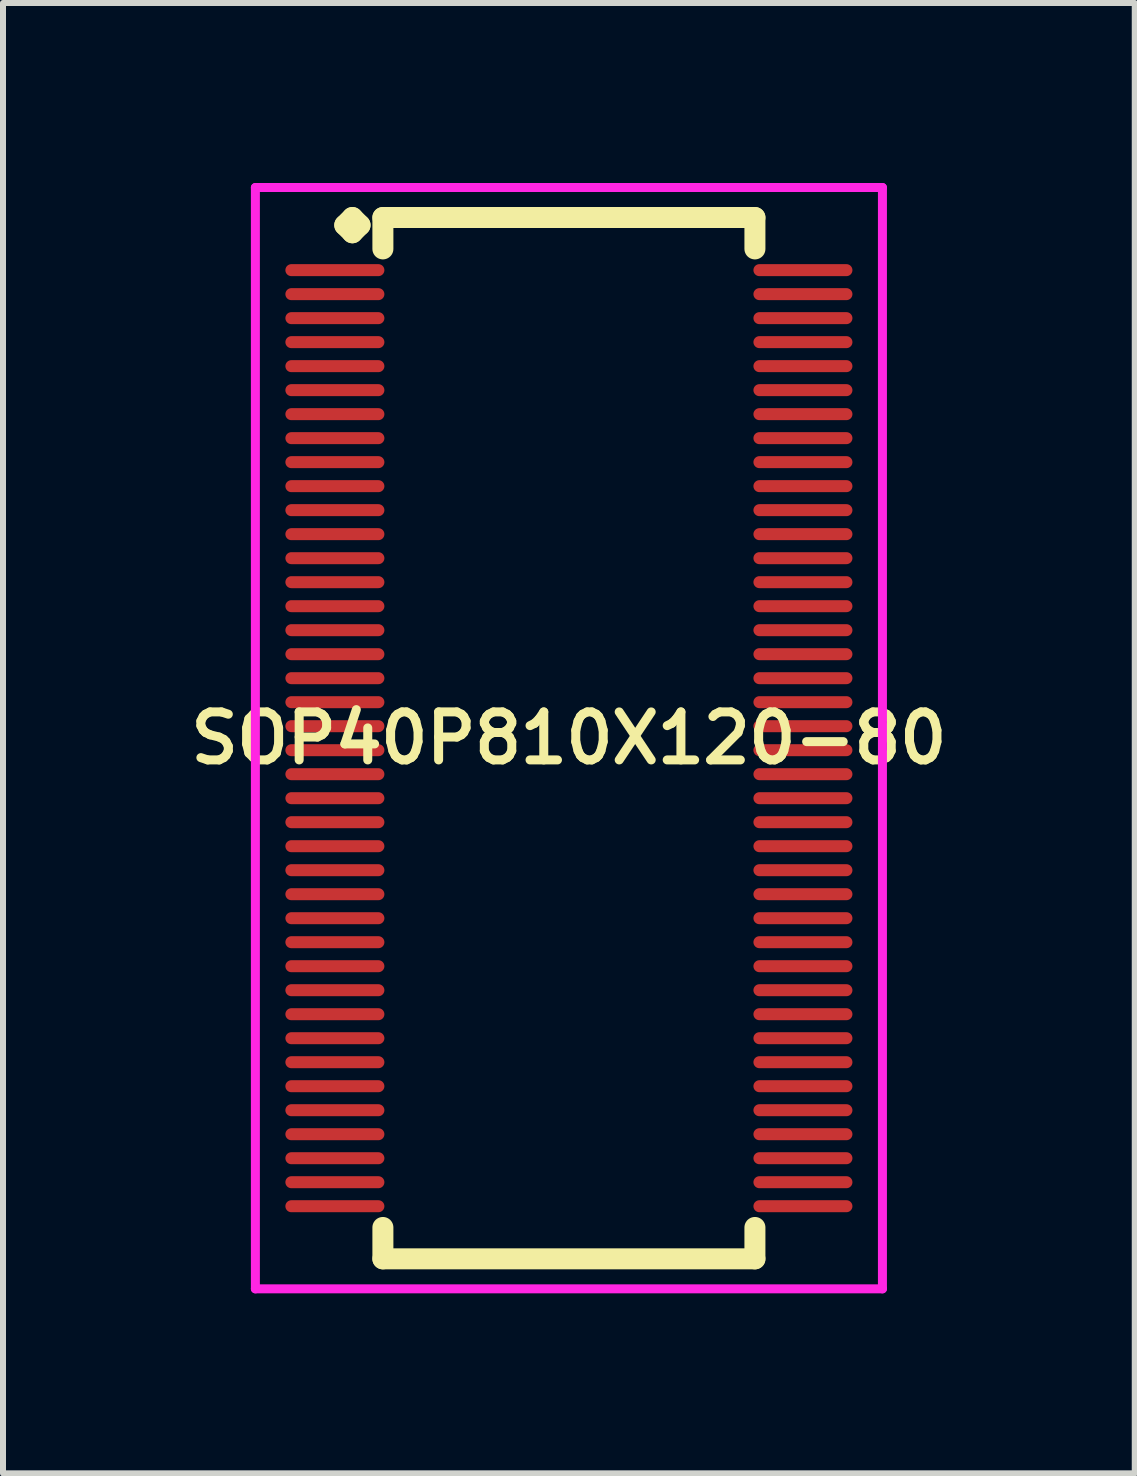
<source format=kicad_pcb>
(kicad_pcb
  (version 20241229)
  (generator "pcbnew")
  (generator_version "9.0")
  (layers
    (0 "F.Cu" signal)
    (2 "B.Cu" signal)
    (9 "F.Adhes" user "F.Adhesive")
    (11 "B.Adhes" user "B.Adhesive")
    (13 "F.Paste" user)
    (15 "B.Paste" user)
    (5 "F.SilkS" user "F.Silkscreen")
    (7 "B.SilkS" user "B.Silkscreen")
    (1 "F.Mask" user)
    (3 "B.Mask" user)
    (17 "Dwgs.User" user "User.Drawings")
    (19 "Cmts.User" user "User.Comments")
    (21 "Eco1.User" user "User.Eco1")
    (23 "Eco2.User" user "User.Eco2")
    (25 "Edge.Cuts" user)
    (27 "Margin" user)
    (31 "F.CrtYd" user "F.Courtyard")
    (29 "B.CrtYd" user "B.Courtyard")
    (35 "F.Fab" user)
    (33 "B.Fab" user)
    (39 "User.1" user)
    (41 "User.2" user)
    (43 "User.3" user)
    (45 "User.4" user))
  (footprint "SOP40P810X120-80"
    (layer "F.Cu")
    (at 6.431 9.252)
    (property "Reference" "SOP40P810X120-80" (at 0 0 0) (layer "F.SilkS") (effects (font (size 0.8 0.8) (thickness 0.15))))
    (attr smd)
    (fp_line (start -3.735 -8.55) (end -3.608 -8.677) (stroke (width 0.35) (type solid)) (layer "F.SilkS"))
    (fp_line (start -3.608 -8.677) (end -3.481 -8.55) (stroke (width 0.35) (type solid)) (layer "F.SilkS"))
    (fp_line (start -3.608 -8.423) (end -3.735 -8.55) (stroke (width 0.35) (type solid)) (layer "F.SilkS"))
    (fp_line (start -3.481 -8.55) (end -3.608 -8.423) (stroke (width 0.35) (type solid)) (layer "F.SilkS"))
    (fp_line (start -3.1 -8.677) (end 3.1 -8.677) (stroke (width 0.35) (type solid)) (layer "F.SilkS"))
    (fp_line (start -3.1 -8.154) (end -3.1 -8.677) (stroke (width 0.35) (type solid)) (layer "F.SilkS"))
    (fp_line (start -3.1 8.154) (end -3.1 8.677) (stroke (width 0.35) (type solid)) (layer "F.SilkS"))
    (fp_line (start -3.1 8.677) (end 3.1 8.677) (stroke (width 0.35) (type solid)) (layer "F.SilkS"))
    (fp_line (start 3.1 -8.677) (end 3.1 -8.154) (stroke (width 0.35) (type solid)) (layer "F.SilkS"))
    (fp_line (start 3.1 8.677) (end 3.1 8.154) (stroke (width 0.35) (type solid)) (layer "F.SilkS"))
    (fp_line (start -5.225 -9.177) (end 5.225 -9.177) (stroke (width 0.15) (type solid)) (layer "F.CrtYd"))
    (fp_line (start -5.225 9.177) (end -5.225 -9.177) (stroke (width 0.15) (type solid)) (layer "F.CrtYd"))
    (fp_line (start 5.225 -9.177) (end 5.225 9.177) (stroke (width 0.15) (type solid)) (layer "F.CrtYd"))
    (fp_line (start 5.225 9.177) (end -5.225 9.177) (stroke (width 0.15) (type solid)) (layer "F.CrtYd"))
    (pad "1" smd oval (at -3.9 -7.8) (size 1.65 0.2) (layers "F.Cu" "F.Mask" "F.Paste"))
    (pad "2" smd oval (at -3.9 -7.4) (size 1.65 0.2) (layers "F.Cu" "F.Mask" "F.Paste"))
    (pad "3" smd oval (at -3.9 -7) (size 1.65 0.2) (layers "F.Cu" "F.Mask" "F.Paste"))
    (pad "4" smd oval (at -3.9 -6.6) (size 1.65 0.2) (layers "F.Cu" "F.Mask" "F.Paste"))
    (pad "5" smd oval (at -3.9 -6.2) (size 1.65 0.2) (layers "F.Cu" "F.Mask" "F.Paste"))
    (pad "6" smd oval (at -3.9 -5.8) (size 1.65 0.2) (layers "F.Cu" "F.Mask" "F.Paste"))
    (pad "7" smd oval (at -3.9 -5.4) (size 1.65 0.2) (layers "F.Cu" "F.Mask" "F.Paste"))
    (pad "8" smd oval (at -3.9 -5) (size 1.65 0.2) (layers "F.Cu" "F.Mask" "F.Paste"))
    (pad "9" smd oval (at -3.9 -4.6) (size 1.65 0.2) (layers "F.Cu" "F.Mask" "F.Paste"))
    (pad "10" smd oval (at -3.9 -4.2) (size 1.65 0.2) (layers "F.Cu" "F.Mask" "F.Paste"))
    (pad "11" smd oval (at -3.9 -3.8) (size 1.65 0.2) (layers "F.Cu" "F.Mask" "F.Paste"))
    (pad "12" smd oval (at -3.9 -3.4) (size 1.65 0.2) (layers "F.Cu" "F.Mask" "F.Paste"))
    (pad "13" smd oval (at -3.9 -3) (size 1.65 0.2) (layers "F.Cu" "F.Mask" "F.Paste"))
    (pad "14" smd oval (at -3.9 -2.6) (size 1.65 0.2) (layers "F.Cu" "F.Mask" "F.Paste"))
    (pad "15" smd oval (at -3.9 -2.2) (size 1.65 0.2) (layers "F.Cu" "F.Mask" "F.Paste"))
    (pad "16" smd oval (at -3.9 -1.8) (size 1.65 0.2) (layers "F.Cu" "F.Mask" "F.Paste"))
    (pad "17" smd oval (at -3.9 -1.4) (size 1.65 0.2) (layers "F.Cu" "F.Mask" "F.Paste"))
    (pad "18" smd oval (at -3.9 -1) (size 1.65 0.2) (layers "F.Cu" "F.Mask" "F.Paste"))
    (pad "19" smd oval (at -3.9 -0.6) (size 1.65 0.2) (layers "F.Cu" "F.Mask" "F.Paste"))
    (pad "20" smd oval (at -3.9 -0.2) (size 1.65 0.2) (layers "F.Cu" "F.Mask" "F.Paste"))
    (pad "21" smd oval (at -3.9 0.2) (size 1.65 0.2) (layers "F.Cu" "F.Mask" "F.Paste"))
    (pad "22" smd oval (at -3.9 0.6) (size 1.65 0.2) (layers "F.Cu" "F.Mask" "F.Paste"))
    (pad "23" smd oval (at -3.9 1) (size 1.65 0.2) (layers "F.Cu" "F.Mask" "F.Paste"))
    (pad "24" smd oval (at -3.9 1.4) (size 1.65 0.2) (layers "F.Cu" "F.Mask" "F.Paste"))
    (pad "25" smd oval (at -3.9 1.8) (size 1.65 0.2) (layers "F.Cu" "F.Mask" "F.Paste"))
    (pad "26" smd oval (at -3.9 2.2) (size 1.65 0.2) (layers "F.Cu" "F.Mask" "F.Paste"))
    (pad "27" smd oval (at -3.9 2.6) (size 1.65 0.2) (layers "F.Cu" "F.Mask" "F.Paste"))
    (pad "28" smd oval (at -3.9 3) (size 1.65 0.2) (layers "F.Cu" "F.Mask" "F.Paste"))
    (pad "29" smd oval (at -3.9 3.4) (size 1.65 0.2) (layers "F.Cu" "F.Mask" "F.Paste"))
    (pad "30" smd oval (at -3.9 3.8) (size 1.65 0.2) (layers "F.Cu" "F.Mask" "F.Paste"))
    (pad "31" smd oval (at -3.9 4.2) (size 1.65 0.2) (layers "F.Cu" "F.Mask" "F.Paste"))
    (pad "32" smd oval (at -3.9 4.6) (size 1.65 0.2) (layers "F.Cu" "F.Mask" "F.Paste"))
    (pad "33" smd oval (at -3.9 5) (size 1.65 0.2) (layers "F.Cu" "F.Mask" "F.Paste"))
    (pad "34" smd oval (at -3.9 5.4) (size 1.65 0.2) (layers "F.Cu" "F.Mask" "F.Paste"))
    (pad "35" smd oval (at -3.9 5.8) (size 1.65 0.2) (layers "F.Cu" "F.Mask" "F.Paste"))
    (pad "36" smd oval (at -3.9 6.2) (size 1.65 0.2) (layers "F.Cu" "F.Mask" "F.Paste"))
    (pad "37" smd oval (at -3.9 6.6) (size 1.65 0.2) (layers "F.Cu" "F.Mask" "F.Paste"))
    (pad "38" smd oval (at -3.9 7) (size 1.65 0.2) (layers "F.Cu" "F.Mask" "F.Paste"))
    (pad "39" smd oval (at -3.9 7.4) (size 1.65 0.2) (layers "F.Cu" "F.Mask" "F.Paste"))
    (pad "40" smd oval (at -3.9 7.8) (size 1.65 0.2) (layers "F.Cu" "F.Mask" "F.Paste"))
    (pad "41" smd oval (at 3.9 7.8) (size 1.65 0.2) (layers "F.Cu" "F.Mask" "F.Paste"))
    (pad "42" smd oval (at 3.9 7.4) (size 1.65 0.2) (layers "F.Cu" "F.Mask" "F.Paste"))
    (pad "43" smd oval (at 3.9 7) (size 1.65 0.2) (layers "F.Cu" "F.Mask" "F.Paste"))
    (pad "44" smd oval (at 3.9 6.6) (size 1.65 0.2) (layers "F.Cu" "F.Mask" "F.Paste"))
    (pad "45" smd oval (at 3.9 6.2) (size 1.65 0.2) (layers "F.Cu" "F.Mask" "F.Paste"))
    (pad "46" smd oval (at 3.9 5.8) (size 1.65 0.2) (layers "F.Cu" "F.Mask" "F.Paste"))
    (pad "47" smd oval (at 3.9 5.4) (size 1.65 0.2) (layers "F.Cu" "F.Mask" "F.Paste"))
    (pad "48" smd oval (at 3.9 5) (size 1.65 0.2) (layers "F.Cu" "F.Mask" "F.Paste"))
    (pad "49" smd oval (at 3.9 4.6) (size 1.65 0.2) (layers "F.Cu" "F.Mask" "F.Paste"))
    (pad "50" smd oval (at 3.9 4.2) (size 1.65 0.2) (layers "F.Cu" "F.Mask" "F.Paste"))
    (pad "51" smd oval (at 3.9 3.8) (size 1.65 0.2) (layers "F.Cu" "F.Mask" "F.Paste"))
    (pad "52" smd oval (at 3.9 3.4) (size 1.65 0.2) (layers "F.Cu" "F.Mask" "F.Paste"))
    (pad "53" smd oval (at 3.9 3) (size 1.65 0.2) (layers "F.Cu" "F.Mask" "F.Paste"))
    (pad "54" smd oval (at 3.9 2.6) (size 1.65 0.2) (layers "F.Cu" "F.Mask" "F.Paste"))
    (pad "55" smd oval (at 3.9 2.2) (size 1.65 0.2) (layers "F.Cu" "F.Mask" "F.Paste"))
    (pad "56" smd oval (at 3.9 1.8) (size 1.65 0.2) (layers "F.Cu" "F.Mask" "F.Paste"))
    (pad "57" smd oval (at 3.9 1.4) (size 1.65 0.2) (layers "F.Cu" "F.Mask" "F.Paste"))
    (pad "58" smd oval (at 3.9 1) (size 1.65 0.2) (layers "F.Cu" "F.Mask" "F.Paste"))
    (pad "59" smd oval (at 3.9 0.6) (size 1.65 0.2) (layers "F.Cu" "F.Mask" "F.Paste"))
    (pad "60" smd oval (at 3.9 0.2) (size 1.65 0.2) (layers "F.Cu" "F.Mask" "F.Paste"))
    (pad "61" smd oval (at 3.9 -0.2) (size 1.65 0.2) (layers "F.Cu" "F.Mask" "F.Paste"))
    (pad "62" smd oval (at 3.9 -0.6) (size 1.65 0.2) (layers "F.Cu" "F.Mask" "F.Paste"))
    (pad "63" smd oval (at 3.9 -1) (size 1.65 0.2) (layers "F.Cu" "F.Mask" "F.Paste"))
    (pad "64" smd oval (at 3.9 -1.4) (size 1.65 0.2) (layers "F.Cu" "F.Mask" "F.Paste"))
    (pad "65" smd oval (at 3.9 -1.8) (size 1.65 0.2) (layers "F.Cu" "F.Mask" "F.Paste"))
    (pad "66" smd oval (at 3.9 -2.2) (size 1.65 0.2) (layers "F.Cu" "F.Mask" "F.Paste"))
    (pad "67" smd oval (at 3.9 -2.6) (size 1.65 0.2) (layers "F.Cu" "F.Mask" "F.Paste"))
    (pad "68" smd oval (at 3.9 -3) (size 1.65 0.2) (layers "F.Cu" "F.Mask" "F.Paste"))
    (pad "69" smd oval (at 3.9 -3.4) (size 1.65 0.2) (layers "F.Cu" "F.Mask" "F.Paste"))
    (pad "70" smd oval (at 3.9 -3.8) (size 1.65 0.2) (layers "F.Cu" "F.Mask" "F.Paste"))
    (pad "71" smd oval (at 3.9 -4.2) (size 1.65 0.2) (layers "F.Cu" "F.Mask" "F.Paste"))
    (pad "72" smd oval (at 3.9 -4.6) (size 1.65 0.2) (layers "F.Cu" "F.Mask" "F.Paste"))
    (pad "73" smd oval (at 3.9 -5) (size 1.65 0.2) (layers "F.Cu" "F.Mask" "F.Paste"))
    (pad "74" smd oval (at 3.9 -5.4) (size 1.65 0.2) (layers "F.Cu" "F.Mask" "F.Paste"))
    (pad "75" smd oval (at 3.9 -5.8) (size 1.65 0.2) (layers "F.Cu" "F.Mask" "F.Paste"))
    (pad "76" smd oval (at 3.9 -6.2) (size 1.65 0.2) (layers "F.Cu" "F.Mask" "F.Paste"))
    (pad "77" smd oval (at 3.9 -6.6) (size 1.65 0.2) (layers "F.Cu" "F.Mask" "F.Paste"))
    (pad "78" smd oval (at 3.9 -7) (size 1.65 0.2) (layers "F.Cu" "F.Mask" "F.Paste"))
    (pad "79" smd oval (at 3.9 -7.4) (size 1.65 0.2) (layers "F.Cu" "F.Mask" "F.Paste"))
    (pad "80" smd oval (at 3.9 -7.8) (size 1.65 0.2) (layers "F.Cu" "F.Mask" "F.Paste")))
  (gr_rect
    (start -3 -3)
    (end 15.861 21.504)
    (stroke (width 0.1) (type default))
    (fill no)
    (layer "Edge.Cuts")))
</source>
